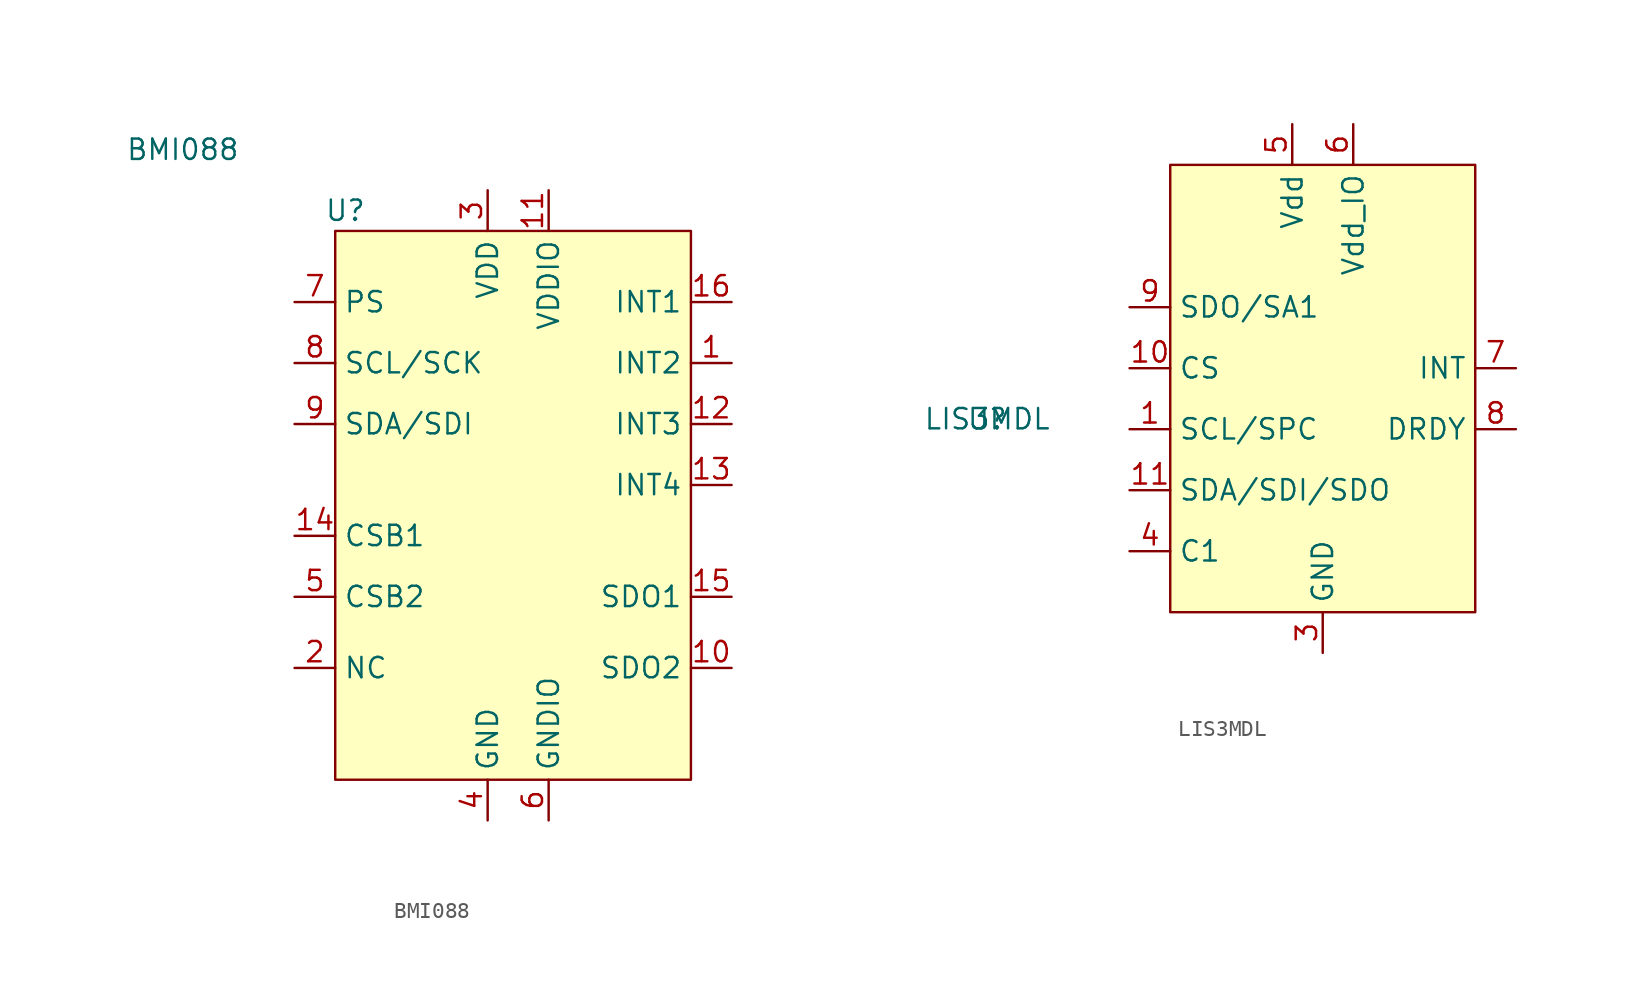
<source format=kicad_sym>
(kicad_symbol_lib
  (version 20220914)
  (generator kicad_symbol_editor)
  (symbol "BMI088"
    (property "Reference" "U"
      (at -10.795 17.145 0)
      (effects (font (size 1.27 1.27))))
    (property "Value" "BMI088"
      (at -20.955 20.955 0)
      (effects (font (size 1.27 1.27))))
    (symbol "BMI088_1_1"
      (rectangle (start -11.43 15.875) (end 10.795 -18.415) (stroke (width 0) (type default)) (fill (type background)))
      (pin bidirectional line (at 13.335 7.62 180) (length 2.54) (name "INT2" (effects (font (size 1.27 1.27)))) (number "1" (effects (font (size 1.27 1.27)))))
      (pin passive line (at 13.335 -11.43 180) (length 2.54) (name "SDO2" (effects (font (size 1.27 1.27)))) (number "10" (effects (font (size 1.27 1.27)))))
      (pin power_in line (at 1.905 18.415 270) (length 2.54) (name "VDDIO" (effects (font (size 1.27 1.27)))) (number "11" (effects (font (size 1.27 1.27)))))
      (pin output line (at 13.335 3.81 180) (length 2.54) (name "INT3" (effects (font (size 1.27 1.27)))) (number "12" (effects (font (size 1.27 1.27)))))
      (pin output line (at 13.335 0 180) (length 2.54) (name "INT4" (effects (font (size 1.27 1.27)))) (number "13" (effects (font (size 1.27 1.27)))))
      (pin input line (at -13.97 -3.175 0) (length 2.54) (name "CSB1" (effects (font (size 1.27 1.27)))) (number "14" (effects (font (size 1.27 1.27)))))
      (pin passive line (at 13.335 -6.985 180) (length 2.54) (name "SDO1" (effects (font (size 1.27 1.27)))) (number "15" (effects (font (size 1.27 1.27)))))
      (pin bidirectional line (at 13.335 11.43 180) (length 2.54) (name "INT1" (effects (font (size 1.27 1.27)))) (number "16" (effects (font (size 1.27 1.27)))))
      (pin passive line (at -13.97 -11.43 0) (length 2.54) (name "NC" (effects (font (size 1.27 1.27)))) (number "2" (effects (font (size 1.27 1.27)))))
      (pin power_in line (at -1.905 18.415 270) (length 2.54) (name "VDD" (effects (font (size 1.27 1.27)))) (number "3" (effects (font (size 1.27 1.27)))))
      (pin power_in line (at -1.905 -20.955 90) (length 2.54) (name "GND" (effects (font (size 1.27 1.27)))) (number "4" (effects (font (size 1.27 1.27)))))
      (pin input line (at -13.97 -6.985 0) (length 2.54) (name "CSB2" (effects (font (size 1.27 1.27)))) (number "5" (effects (font (size 1.27 1.27)))))
      (pin power_in line (at 1.905 -20.955 90) (length 2.54) (name "GNDIO" (effects (font (size 1.27 1.27)))) (number "6" (effects (font (size 1.27 1.27)))))
      (pin input line (at -13.97 11.43 0) (length 2.54) (name "PS" (effects (font (size 1.27 1.27)))) (number "7" (effects (font (size 1.27 1.27)))))
      (pin input line (at -13.97 7.62 0) (length 2.54) (name "SCL/SCK" (effects (font (size 1.27 1.27)))) (number "8" (effects (font (size 1.27 1.27)))))
      (pin bidirectional line (at -13.97 3.81 0) (length 2.54) (name "SDA/SDI" (effects (font (size 1.27 1.27)))) (number "9" (effects (font (size 1.27 1.27)))))))
  (symbol "LIS3MDL"
    (property "Reference" "U"
      (at -20.955 0.635 0)
      (effects (font (size 1.27 1.27))))
    (property "Value" "LIS3MDL"
      (at -20.955 0.635 0)
      (effects (font (size 1.27 1.27))))
    (symbol "LIS3MDL_1_1"
      (rectangle (start -9.525 16.51) (end 9.525 -11.43) (stroke (width 0) (type default)) (fill (type background)))
      (pin input line (at -12.065 0 0) (length 2.54) (name "SCL/SPC" (effects (font (size 1.27 1.27)))) (number "1" (effects (font (size 1.27 1.27)))))
      (pin input line (at -12.065 3.81 0) (length 2.54) (name "CS" (effects (font (size 1.27 1.27)))) (number "10" (effects (font (size 1.27 1.27)))))
      (pin bidirectional line (at -12.065 -3.81 0) (length 2.54) (name "SDA/SDI/SDO" (effects (font (size 1.27 1.27)))) (number "11" (effects (font (size 1.27 1.27)))))
      (pin power_in line (at 0 -13.97 90) (length 2.54) hide (name "GND" (effects (font (size 1.27 1.27)))) (number "12" (effects (font (size 1.27 1.27)))))
      (pin power_in line (at 0 -13.97 90) (length 2.54) hide (name "GND" (effects (font (size 1.27 1.27)))) (number "2" (effects (font (size 1.27 1.27)))))
      (pin power_in line (at 0 -13.97 90) (length 2.54) (name "GND" (effects (font (size 1.27 1.27)))) (number "3" (effects (font (size 1.27 1.27)))))
      (pin input line (at -12.065 -7.62 0) (length 2.54) (name "C1" (effects (font (size 1.27 1.27)))) (number "4" (effects (font (size 1.27 1.27)))))
      (pin power_in line (at -1.905 19.05 270) (length 2.54) (name "Vdd" (effects (font (size 1.27 1.27)))) (number "5" (effects (font (size 1.27 1.27)))))
      (pin power_in line (at 1.905 19.05 270) (length 2.54) (name "Vdd_IO" (effects (font (size 1.27 1.27)))) (number "6" (effects (font (size 1.27 1.27)))))
      (pin output line (at 12.065 3.81 180) (length 2.54) (name "INT" (effects (font (size 1.27 1.27)))) (number "7" (effects (font (size 1.27 1.27)))))
      (pin output line (at 12.065 0 180) (length 2.54) (name "DRDY" (effects (font (size 1.27 1.27)))) (number "8" (effects (font (size 1.27 1.27)))))
      (pin input line (at -12.065 7.62 0) (length 2.54) (name "SDO/SA1" (effects (font (size 1.27 1.27)))) (number "9" (effects (font (size 1.27 1.27))))))))
</source>
